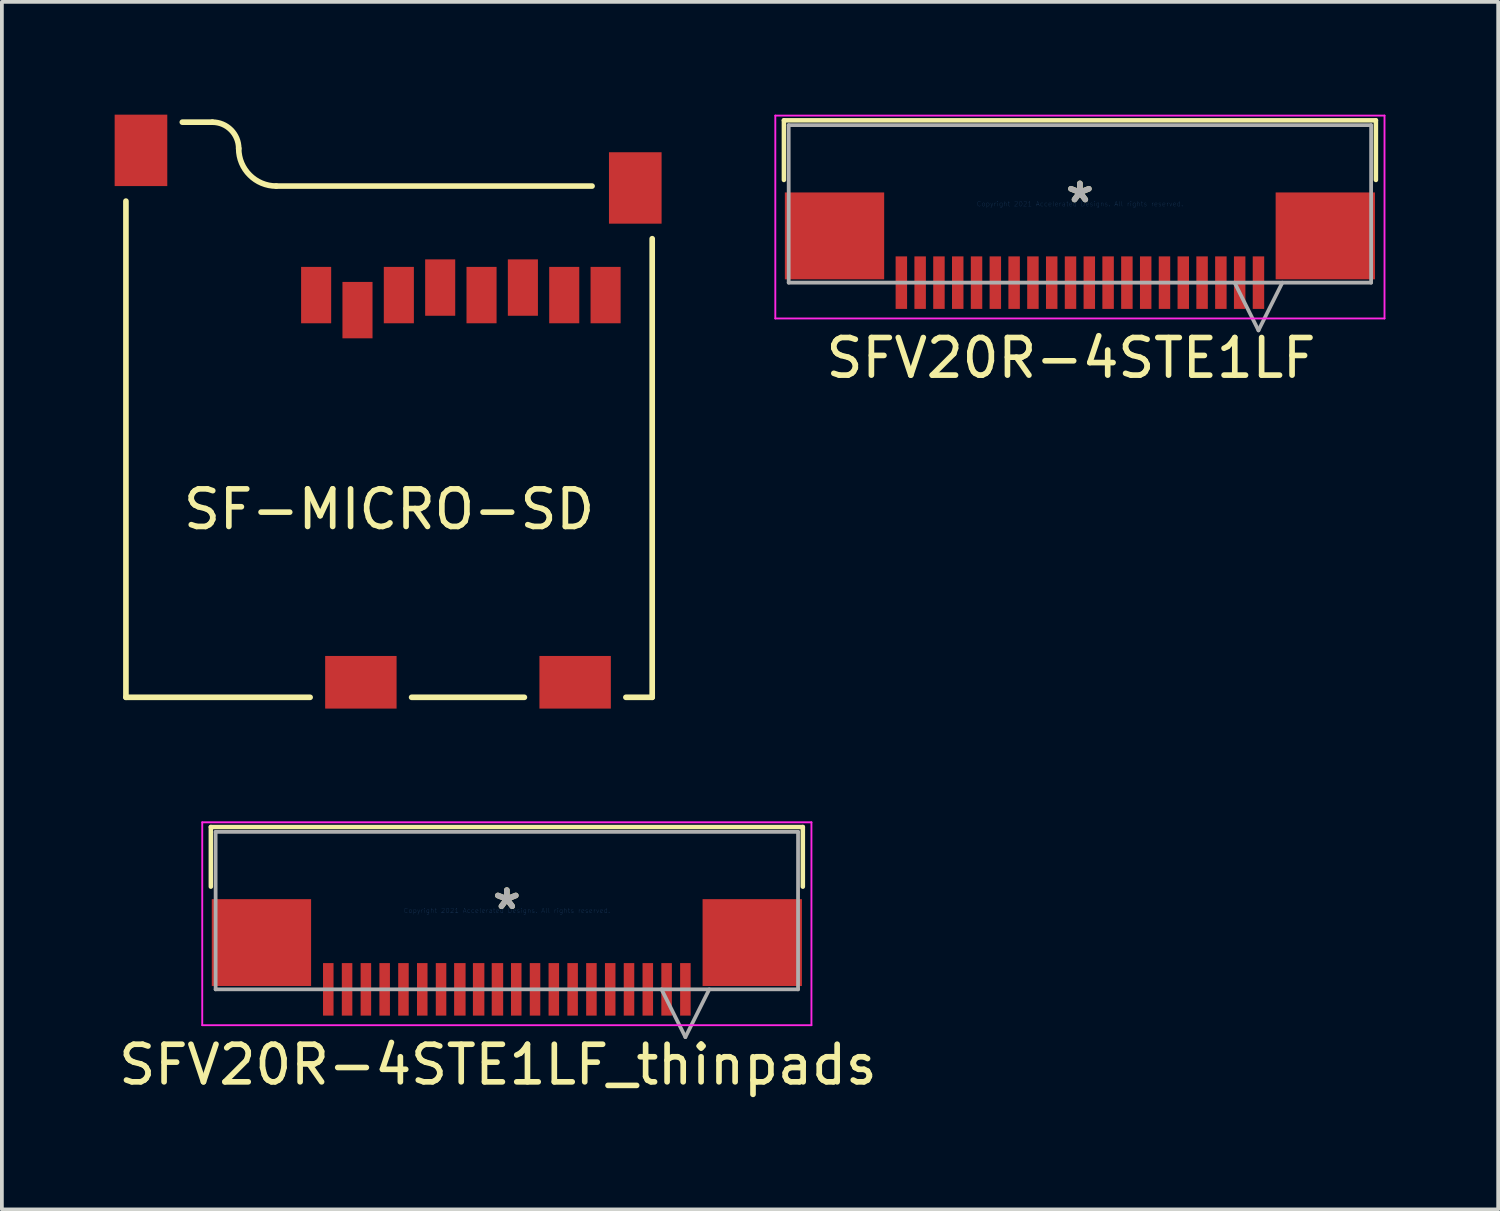
<source format=kicad_pcb>
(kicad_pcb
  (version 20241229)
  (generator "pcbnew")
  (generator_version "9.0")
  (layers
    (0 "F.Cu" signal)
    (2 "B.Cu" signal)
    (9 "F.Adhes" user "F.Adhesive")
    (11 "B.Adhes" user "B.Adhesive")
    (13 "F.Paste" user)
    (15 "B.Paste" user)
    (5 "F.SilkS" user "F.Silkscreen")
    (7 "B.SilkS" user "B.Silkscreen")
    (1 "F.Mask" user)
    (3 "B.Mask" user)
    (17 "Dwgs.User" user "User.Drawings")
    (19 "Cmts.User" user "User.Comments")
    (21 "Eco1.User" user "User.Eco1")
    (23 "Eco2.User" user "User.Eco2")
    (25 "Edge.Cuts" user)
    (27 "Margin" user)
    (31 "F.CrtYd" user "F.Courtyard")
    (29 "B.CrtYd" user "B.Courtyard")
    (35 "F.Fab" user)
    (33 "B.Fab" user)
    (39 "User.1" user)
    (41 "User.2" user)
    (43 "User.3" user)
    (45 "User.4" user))
  (footprint "SF-MICRO-SD"
    (layer "F.Cu")
    (at 14.3 15.5)
    (property "Reference" "SF-MICRO-SD" (at -7 -5 0) (layer "F.SilkS") (effects (font (size 1 1) (thickness 0.15))))
    (attr through_hole)
    (fp_line (start -14 0) (end -14 -13.2) (stroke (width 0.15) (type solid)) (layer "F.SilkS"))
    (fp_line (start -14 0) (end -9.1 0) (stroke (width 0.15) (type solid)) (layer "F.SilkS"))
    (fp_line (start -12.5 -15.3) (end -11.7 -15.3) (stroke (width 0.15) (type solid)) (layer "F.SilkS"))
    (fp_line (start -10 -13.6) (end -1.6 -13.6) (stroke (width 0.15) (type solid)) (layer "F.SilkS"))
    (fp_line (start -6.4 0) (end -3.4 0) (stroke (width 0.15) (type solid)) (layer "F.SilkS"))
    (fp_line (start -0.7 0) (end 0 0) (stroke (width 0.15) (type solid)) (layer "F.SilkS"))
    (fp_line (start 0 0) (end 0 -12.2) (stroke (width 0.15) (type solid)) (layer "F.SilkS"))
    (fp_arc (start -11.7 -15.3) (mid -11.205025 -15.094975) (end -11 -14.6) (stroke (width 0.15) (type solid)) (layer "F.SilkS"))
    (fp_arc (start -10 -13.6) (mid -10.707107 -13.892893) (end -11 -14.6) (stroke (width 0.15) (type solid)) (layer "F.SilkS"))
    (pad "1" smd rect (at -8.94 -10.7 90) (size 1.5 0.8) (layers "F.Cu" "F.Mask" "F.Paste"))
    (pad "2" smd rect (at -7.84 -10.3 90) (size 1.5 0.8) (layers "F.Cu" "F.Mask" "F.Paste"))
    (pad "3" smd rect (at -6.74 -10.7 90) (size 1.5 0.8) (layers "F.Cu" "F.Mask" "F.Paste"))
    (pad "4" smd rect (at -5.64 -10.9 90) (size 1.5 0.8) (layers "F.Cu" "F.Mask" "F.Paste"))
    (pad "5" smd rect (at -4.54 -10.7 90) (size 1.5 0.8) (layers "F.Cu" "F.Mask" "F.Paste"))
    (pad "6" smd rect (at -3.44 -10.9 90) (size 1.5 0.8) (layers "F.Cu" "F.Mask" "F.Paste"))
    (pad "7" smd rect (at -2.34 -10.7 90) (size 1.5 0.8) (layers "F.Cu" "F.Mask" "F.Paste"))
    (pad "8" smd rect (at -1.24 -10.7 90) (size 1.5 0.8) (layers "F.Cu" "F.Mask" "F.Paste"))
    (pad "9" smd rect (at -0.45 -13.55 90) (size 1.9 1.4) (layers "F.Cu" "F.Mask" "F.Paste"))
    (pad "10" smd rect (at -2.05 -0.4) (size 1.9 1.4) (layers "F.Cu" "F.Mask" "F.Paste"))
    (pad "11" smd rect (at -7.75 -0.4) (size 1.9 1.4) (layers "F.Cu" "F.Mask" "F.Paste"))
    (pad "12" smd rect (at -13.6 -14.55 90) (size 1.9 1.4) (layers "F.Cu" "F.Mask" "F.Paste")))
  (footprint "SFV20R-4STE1LF_thinpads"
    (layer "F.Cu")
    (at 10.433 21.174)
    (property "Reference" "SFV20R-4STE1LF_thinpads" (at -0.237 4.1 180) (layer "F.SilkS") (effects (font (size 1 1) (thickness 0.15))))
    (attr through_hole)
    (fp_line (start -7.874 -2.223) (end -7.874 -0.637) (stroke (width 0.12) (type solid)) (layer "F.SilkS"))
    (fp_line (start 7.874 -2.223) (end -7.874 -2.223) (stroke (width 0.12) (type solid)) (layer "F.SilkS"))
    (fp_line (start 7.874 -0.637) (end 7.874 -2.223) (stroke (width 0.12) (type solid)) (layer "F.SilkS"))
    (fp_line (start -8.103 -2.349) (end -8.103 3.048) (stroke (width 0.05) (type solid)) (layer "F.CrtYd"))
    (fp_line (start -8.103 3.048) (end 8.103 3.048) (stroke (width 0.05) (type solid)) (layer "F.CrtYd"))
    (fp_line (start 8.103 -2.349) (end -8.103 -2.349) (stroke (width 0.05) (type solid)) (layer "F.CrtYd"))
    (fp_line (start 8.103 3.048) (end 8.103 -2.349) (stroke (width 0.05) (type solid)) (layer "F.CrtYd"))
    (fp_line (start -7.747 -2.095) (end -7.747 2.095) (stroke (width 0.1) (type solid)) (layer "F.Fab"))
    (fp_line (start -7.747 2.095) (end 7.747 2.095) (stroke (width 0.1) (type solid)) (layer "F.Fab"))
    (fp_line (start 4.115 2.095) (end 4.75 3.365) (stroke (width 0.1) (type solid)) (layer "F.Fab"))
    (fp_line (start 5.385 2.095) (end 4.75 3.365) (stroke (width 0.1) (type solid)) (layer "F.Fab"))
    (fp_line (start 7.747 -2.095) (end -7.747 -2.095) (stroke (width 0.1) (type solid)) (layer "F.Fab"))
    (fp_line (start 7.747 2.095) (end 7.747 -2.095) (stroke (width 0.1) (type solid)) (layer "F.Fab"))
    (fp_text user "*" (at 0 0 180) (layer "F.SilkS") (effects (font (size 1 1) (thickness 0.15))))
    (fp_text user "Copyright 2021 Accelerated Designs. All rights reserved." (at 0 0 180) (layer "Cmts.User") (effects (font (size 0.127 0.127) (thickness 0.002))))
    (fp_text user "*" (at 0 0 180) (layer "F.Fab") (effects (font (size 1 1) (thickness 0.15))))
    (pad "1" smd rect (at 4.75 2.095) (size 0.28 1.397) (layers "F.Cu" "F.Mask" "F.Paste"))
    (pad "2" smd rect (at 4.25 2.095) (size 0.28 1.397) (layers "F.Cu" "F.Mask" "F.Paste"))
    (pad "3" smd rect (at 3.75 2.095) (size 0.28 1.397) (layers "F.Cu" "F.Mask" "F.Paste"))
    (pad "4" smd rect (at 3.25 2.095) (size 0.28 1.397) (layers "F.Cu" "F.Mask" "F.Paste"))
    (pad "5" smd rect (at 2.75 2.095) (size 0.28 1.397) (layers "F.Cu" "F.Mask" "F.Paste"))
    (pad "6" smd rect (at 2.25 2.095) (size 0.28 1.397) (layers "F.Cu" "F.Mask" "F.Paste"))
    (pad "7" smd rect (at 1.75 2.095) (size 0.28 1.397) (layers "F.Cu" "F.Mask" "F.Paste"))
    (pad "8" smd rect (at 1.25 2.095) (size 0.28 1.397) (layers "F.Cu" "F.Mask" "F.Paste"))
    (pad "9" smd rect (at 0.75 2.095) (size 0.28 1.397) (layers "F.Cu" "F.Mask" "F.Paste"))
    (pad "10" smd rect (at 0.25 2.095) (size 0.28 1.397) (layers "F.Cu" "F.Mask" "F.Paste"))
    (pad "11" smd rect (at -0.25 2.095) (size 0.305 1.397) (layers "F.Cu" "F.Mask" "F.Paste"))
    (pad "12" smd rect (at -0.75 2.095) (size 0.305 1.397) (layers "F.Cu" "F.Mask" "F.Paste"))
    (pad "13" smd rect (at -1.25 2.095) (size 0.305 1.397) (layers "F.Cu" "F.Mask" "F.Paste"))
    (pad "14" smd rect (at -1.75 2.095) (size 0.28 1.397) (layers "F.Cu" "F.Mask" "F.Paste"))
    (pad "15" smd rect (at -2.25 2.095) (size 0.28 1.397) (layers "F.Cu" "F.Mask" "F.Paste"))
    (pad "16" smd rect (at -2.75 2.095) (size 0.28 1.397) (layers "F.Cu" "F.Mask" "F.Paste"))
    (pad "17" smd rect (at -3.25 2.095) (size 0.28 1.397) (layers "F.Cu" "F.Mask" "F.Paste"))
    (pad "18" smd rect (at -3.75 2.095) (size 0.28 1.397) (layers "F.Cu" "F.Mask" "F.Paste"))
    (pad "19" smd rect (at -4.25 2.095) (size 0.28 1.397) (layers "F.Cu" "F.Mask" "F.Paste"))
    (pad "20" smd rect (at -4.75 2.095) (size 0.28 1.397) (layers "F.Cu" "F.Mask" "F.Paste"))
    (pad "21" smd rect (at -6.528 0.851) (size 2.642 2.311) (layers "F.Cu" "F.Mask" "F.Paste"))
    (pad "22" smd rect (at 6.528 0.851) (size 2.642 2.311) (layers "F.Cu" "F.Mask" "F.Paste")))
  (footprint "SFV20R-4STE1LF"
    (layer "F.Cu")
    (at 25.678 2.374)
    (property "Reference" "SFV20R-4STE1LF" (at -0.237 4.1 0) (layer "F.SilkS") (effects (font (size 1 1) (thickness 0.15))))
    (attr through_hole)
    (fp_line (start -7.874 -2.223) (end -7.874 -0.637) (stroke (width 0.12) (type solid)) (layer "F.SilkS"))
    (fp_line (start 7.874 -2.223) (end -7.874 -2.223) (stroke (width 0.12) (type solid)) (layer "F.SilkS"))
    (fp_line (start 7.874 -0.637) (end 7.874 -2.223) (stroke (width 0.12) (type solid)) (layer "F.SilkS"))
    (fp_line (start -8.103 -2.349) (end -8.103 3.048) (stroke (width 0.05) (type solid)) (layer "F.CrtYd"))
    (fp_line (start -8.103 3.048) (end 8.103 3.048) (stroke (width 0.05) (type solid)) (layer "F.CrtYd"))
    (fp_line (start 8.103 -2.349) (end -8.103 -2.349) (stroke (width 0.05) (type solid)) (layer "F.CrtYd"))
    (fp_line (start 8.103 3.048) (end 8.103 -2.349) (stroke (width 0.05) (type solid)) (layer "F.CrtYd"))
    (fp_line (start -7.747 -2.095) (end -7.747 2.095) (stroke (width 0.1) (type solid)) (layer "F.Fab"))
    (fp_line (start -7.747 2.095) (end 7.747 2.095) (stroke (width 0.1) (type solid)) (layer "F.Fab"))
    (fp_line (start 4.115 2.095) (end 4.75 3.365) (stroke (width 0.1) (type solid)) (layer "F.Fab"))
    (fp_line (start 5.385 2.095) (end 4.75 3.365) (stroke (width 0.1) (type solid)) (layer "F.Fab"))
    (fp_line (start 7.747 -2.095) (end -7.747 -2.095) (stroke (width 0.1) (type solid)) (layer "F.Fab"))
    (fp_line (start 7.747 2.095) (end 7.747 -2.095) (stroke (width 0.1) (type solid)) (layer "F.Fab"))
    (fp_text user "*" (at 0 0 0) (layer "F.SilkS") (effects (font (size 1 1) (thickness 0.15))))
    (fp_text user "Copyright 2021 Accelerated Designs. All rights reserved." (at 0 0 0) (layer "Cmts.User") (effects (font (size 0.127 0.127) (thickness 0.002))))
    (fp_text user "*" (at 0 0 0) (layer "F.Fab") (effects (font (size 1 1) (thickness 0.15))))
    (pad "1" smd rect (at 4.75 2.095) (size 0.305 1.397) (layers "F.Cu" "F.Mask" "F.Paste"))
    (pad "2" smd rect (at 4.25 2.095) (size 0.305 1.397) (layers "F.Cu" "F.Mask" "F.Paste"))
    (pad "3" smd rect (at 3.75 2.095) (size 0.305 1.397) (layers "F.Cu" "F.Mask" "F.Paste"))
    (pad "4" smd rect (at 3.25 2.095) (size 0.305 1.397) (layers "F.Cu" "F.Mask" "F.Paste"))
    (pad "5" smd rect (at 2.75 2.095) (size 0.305 1.397) (layers "F.Cu" "F.Mask" "F.Paste"))
    (pad "6" smd rect (at 2.25 2.095) (size 0.305 1.397) (layers "F.Cu" "F.Mask" "F.Paste"))
    (pad "7" smd rect (at 1.75 2.095) (size 0.305 1.397) (layers "F.Cu" "F.Mask" "F.Paste"))
    (pad "8" smd rect (at 1.25 2.095) (size 0.305 1.397) (layers "F.Cu" "F.Mask" "F.Paste"))
    (pad "9" smd rect (at 0.75 2.095) (size 0.305 1.397) (layers "F.Cu" "F.Mask" "F.Paste"))
    (pad "10" smd rect (at 0.25 2.095) (size 0.305 1.397) (layers "F.Cu" "F.Mask" "F.Paste"))
    (pad "11" smd rect (at -0.25 2.095) (size 0.305 1.397) (layers "F.Cu" "F.Mask" "F.Paste"))
    (pad "12" smd rect (at -0.75 2.095) (size 0.305 1.397) (layers "F.Cu" "F.Mask" "F.Paste"))
    (pad "13" smd rect (at -1.25 2.095) (size 0.305 1.397) (layers "F.Cu" "F.Mask" "F.Paste"))
    (pad "14" smd rect (at -1.75 2.095) (size 0.305 1.397) (layers "F.Cu" "F.Mask" "F.Paste"))
    (pad "15" smd rect (at -2.25 2.095) (size 0.305 1.397) (layers "F.Cu" "F.Mask" "F.Paste"))
    (pad "16" smd rect (at -2.75 2.095) (size 0.305 1.397) (layers "F.Cu" "F.Mask" "F.Paste"))
    (pad "17" smd rect (at -3.25 2.095) (size 0.305 1.397) (layers "F.Cu" "F.Mask" "F.Paste"))
    (pad "18" smd rect (at -3.75 2.095) (size 0.305 1.397) (layers "F.Cu" "F.Mask" "F.Paste"))
    (pad "19" smd rect (at -4.25 2.095) (size 0.305 1.397) (layers "F.Cu" "F.Mask" "F.Paste"))
    (pad "20" smd rect (at -4.75 2.095) (size 0.305 1.397) (layers "F.Cu" "F.Mask" "F.Paste"))
    (pad "21" smd rect (at -6.528 0.851) (size 2.642 2.311) (layers "F.Cu" "F.Mask" "F.Paste"))
    (pad "22" smd rect (at 6.528 0.851) (size 2.642 2.311) (layers "F.Cu" "F.Mask" "F.Paste")))
  (gr_rect
    (start -3 -3)
    (end 36.805 29.123)
    (stroke (width 0.1) (type default))
    (fill no)
    (layer "Edge.Cuts")))
</source>
